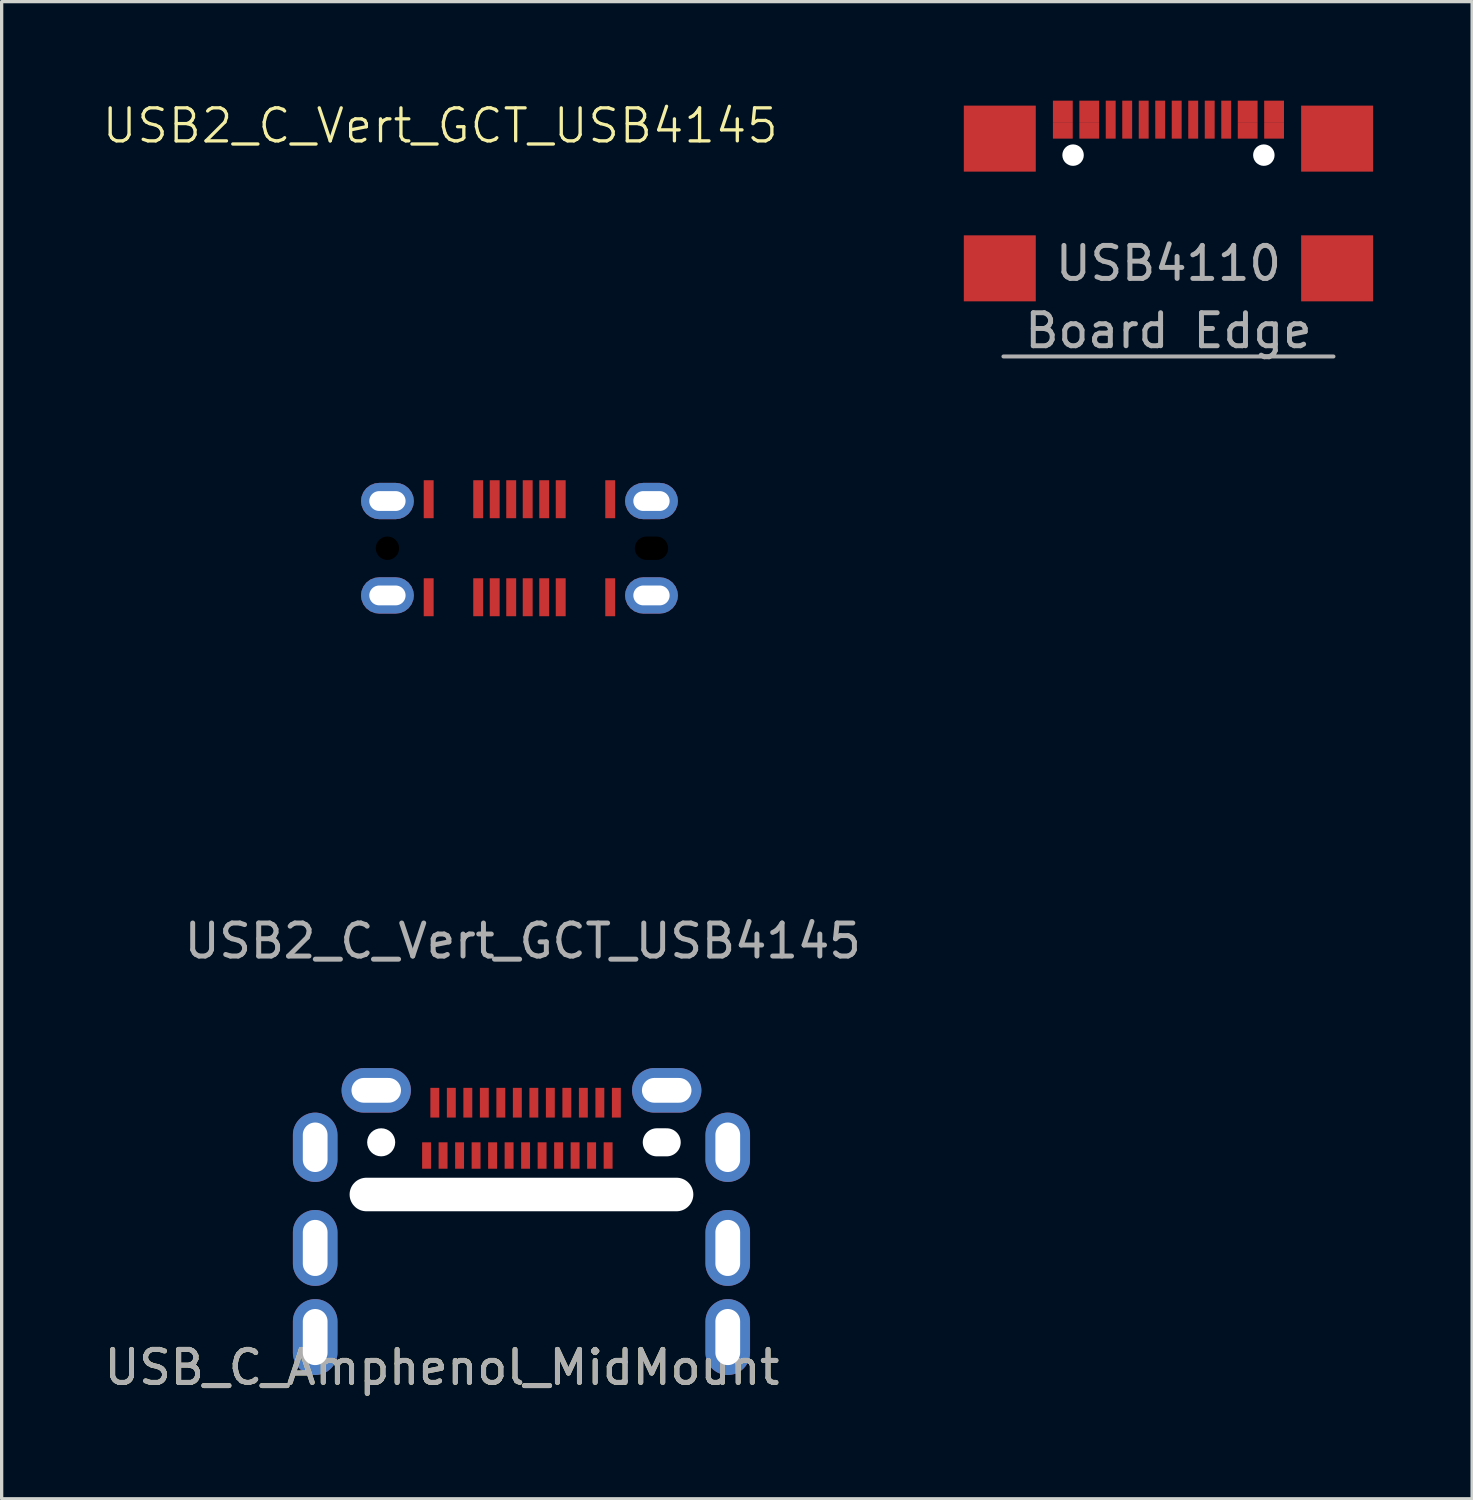
<source format=kicad_pcb>
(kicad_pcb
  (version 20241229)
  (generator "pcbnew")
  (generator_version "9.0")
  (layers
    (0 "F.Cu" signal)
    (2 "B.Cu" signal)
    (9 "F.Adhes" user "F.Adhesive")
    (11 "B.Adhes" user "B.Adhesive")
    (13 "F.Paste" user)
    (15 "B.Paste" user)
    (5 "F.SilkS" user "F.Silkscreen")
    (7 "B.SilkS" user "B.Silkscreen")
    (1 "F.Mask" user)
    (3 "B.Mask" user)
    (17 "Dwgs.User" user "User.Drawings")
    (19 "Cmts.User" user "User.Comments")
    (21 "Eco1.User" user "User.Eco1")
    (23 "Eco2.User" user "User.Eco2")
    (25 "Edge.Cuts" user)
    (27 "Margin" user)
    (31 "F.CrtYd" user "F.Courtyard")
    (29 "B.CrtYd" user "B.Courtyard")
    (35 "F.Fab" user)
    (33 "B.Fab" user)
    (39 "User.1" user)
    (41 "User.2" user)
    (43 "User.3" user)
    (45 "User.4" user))
  (footprint "USB2_C_Vert_GCT_USB4145"
    (layer "F.Cu")
    (at 12.688 13.56)
    (property "Reference" "USB2_C_Vert_GCT_USB4145" (at -2.4 -12.8 0) (unlocked yes) (layer "F.SilkS") (effects (font (size 1 1) (thickness 0.1))))
    (attr smd)
    (fp_rect (start -4.35 -1.845) (end 4.35 1.845) (stroke (width 0.4) (type default)) (fill no) (layer "User.1"))
    (fp_text user "${REFERENCE}" (at 0.1 11.9 0) (unlocked yes) (layer "F.Fab") (effects (font (size 1 1) (thickness 0.15))))
    (pad "" np_thru_hole circle (at -4 0) (size 0.71 0.71) (drill 0.71) (layers "*.Mask"))
    (pad "" np_thru_hole oval (at 4 0) (size 1.01 0.71) (drill oval 1.01 0.71) (layers "*.Mask"))
    (pad "A1" smd rect (at -2.75 -1.485) (size 0.3 1.15) (layers "F.Cu" "F.Mask" "F.Paste"))
    (pad "A4" smd rect (at -1.25 -1.485) (size 0.3 1.15) (layers "F.Cu" "F.Mask" "F.Paste"))
    (pad "A5" smd rect (at -0.75 -1.485) (size 0.3 1.15) (layers "F.Cu" "F.Mask" "F.Paste"))
    (pad "A6" smd rect (at -0.25 -1.485) (size 0.3 1.15) (layers "F.Cu" "F.Mask" "F.Paste"))
    (pad "A7" smd rect (at 0.25 -1.485) (size 0.3 1.15) (layers "F.Cu" "F.Mask" "F.Paste"))
    (pad "A8" smd rect (at 0.75 -1.485) (size 0.3 1.15) (layers "F.Cu" "F.Mask" "F.Paste"))
    (pad "A9" smd rect (at 1.25 -1.485) (size 0.3 1.15) (layers "F.Cu" "F.Mask" "F.Paste"))
    (pad "A12" smd rect (at 2.75 -1.485) (size 0.3 1.15) (layers "F.Cu" "F.Mask" "F.Paste"))
    (pad "B1" smd rect (at 2.75 1.485 180) (size 0.3 1.15) (layers "F.Cu" "F.Mask" "F.Paste"))
    (pad "B4" smd rect (at 1.25 1.485 180) (size 0.3 1.15) (layers "F.Cu" "F.Mask" "F.Paste"))
    (pad "B5" smd rect (at 0.75 1.485 180) (size 0.3 1.15) (layers "F.Cu" "F.Mask" "F.Paste"))
    (pad "B6" smd rect (at 0.25 1.485 180) (size 0.3 1.15) (layers "F.Cu" "F.Mask" "F.Paste"))
    (pad "B7" smd rect (at -0.25 1.485 180) (size 0.3 1.15) (layers "F.Cu" "F.Mask" "F.Paste"))
    (pad "B8" smd rect (at -0.75 1.485 180) (size 0.3 1.15) (layers "F.Cu" "F.Mask" "F.Paste"))
    (pad "B9" smd rect (at -1.25 1.485 180) (size 0.3 1.15) (layers "F.Cu" "F.Mask" "F.Paste"))
    (pad "B12" smd rect (at -2.75 1.485 180) (size 0.3 1.15) (layers "F.Cu" "F.Mask" "F.Paste"))
    (pad "S1" thru_hole roundrect (at -4 -1.43) (size 1.6 1.1) (drill oval 1.1 0.6) (layers "*.Cu" "*.Mask") (roundrect_rratio 0.5))
    (pad "S1" thru_hole roundrect (at -4 1.43) (size 1.6 1.1) (drill oval 1.1 0.6) (layers "*.Cu" "*.Mask") (roundrect_rratio 0.5))
    (pad "S1" thru_hole roundrect (at 4 -1.43) (size 1.6 1.1) (drill oval 1.1 0.6) (layers "*.Cu" "*.Mask") (roundrect_rratio 0.5))
    (pad "S1" thru_hole roundrect (at 4 1.43) (size 1.6 1.1) (drill oval 1.1 0.6) (layers "*.Cu" "*.Mask") (roundrect_rratio 0.5)))
  (footprint "USB_C_Amphenol_MidMount"
    (layer "F.Cu")
    (at 12.749 39.109)
    (property "Reference" "USB_C_Amphenol_MidMount" (at -2.41 -0.73 0) (unlocked yes) (layer "F.SilkS") (effects (font (size 1 1) (thickness 0.15))))
    (attr smd)
    (fp_line (start -4.699 -5.461) (end -4.699 0) (stroke (width 0.12) (type solid)) (layer "User.1"))
    (fp_line (start -4.699 0) (end -6.35 0) (stroke (width 0.12) (type solid)) (layer "User.1"))
    (fp_line (start 0 -6.477) (end -4.699 -6.477) (stroke (width 0.12) (type solid)) (layer "User.1"))
    (fp_line (start 4.699 -6.477) (end 0 -6.477) (stroke (width 0.12) (type solid)) (layer "User.1"))
    (fp_line (start 4.699 0) (end 4.699 -5.461) (stroke (width 0.12) (type solid)) (layer "User.1"))
    (fp_line (start 4.699 0) (end 6.35 0) (stroke (width 0.12) (type solid)) (layer "User.1"))
    (fp_arc (start -4.699 -5.461) (mid -5.207 -5.969) (end -4.699 -6.477) (stroke (width 0.001) (type solid)) (layer "User.1"))
    (fp_arc (start 4.699 -6.477) (mid 5.207 -5.969) (end 4.699 -5.461) (stroke (width 0.001) (type solid)) (layer "User.1"))
    (fp_text user "${REFERENCE}" (at -2.41 -0.73 0) (unlocked yes) (layer "F.Fab") (effects (font (size 1 1) (thickness 0.15))))
    (pad "" np_thru_hole circle (at -4.25 -7.55) (size 0.85 0.85) (drill 0.85) (layers "*.Cu" "*.Mask"))
    (pad "" np_thru_hole oval (at 0 -5.969) (size 10.414 1.016) (drill oval 10.414 1.016) (layers "*.Cu" "*.Mask"))
    (pad "" np_thru_hole oval (at 4.25 -7.55) (size 1.15 0.85) (drill oval 1.15 0.85) (layers "*.Cu" "*.Mask"))
    (pad "A1" smd rect (at -2.625 -8.75) (size 0.27 0.9) (layers "F.Cu" "F.Mask" "F.Paste"))
    (pad "A2" smd rect (at -2.125 -8.75) (size 0.27 0.9) (layers "F.Cu" "F.Mask" "F.Paste"))
    (pad "A3" smd rect (at -1.625 -8.75) (size 0.27 0.9) (layers "F.Cu" "F.Mask" "F.Paste"))
    (pad "A4" smd rect (at -1.125 -8.75) (size 0.27 0.9) (layers "F.Cu" "F.Mask" "F.Paste"))
    (pad "A5" smd rect (at -0.625 -8.75) (size 0.27 0.9) (layers "F.Cu" "F.Mask" "F.Paste"))
    (pad "A6" smd rect (at -0.125 -8.75) (size 0.27 0.9) (layers "F.Cu" "F.Mask" "F.Paste"))
    (pad "A7" smd rect (at 0.375 -8.75) (size 0.27 0.9) (layers "F.Cu" "F.Mask" "F.Paste"))
    (pad "A8" smd rect (at 0.875 -8.75) (size 0.27 0.9) (layers "F.Cu" "F.Mask" "F.Paste"))
    (pad "A9" smd rect (at 1.375 -8.75) (size 0.27 0.9) (layers "F.Cu" "F.Mask" "F.Paste"))
    (pad "A10" smd rect (at 1.875 -8.75) (size 0.27 0.9) (layers "F.Cu" "F.Mask" "F.Paste"))
    (pad "A11" smd rect (at 2.375 -8.75) (size 0.27 0.9) (layers "F.Cu" "F.Mask" "F.Paste"))
    (pad "A12" smd rect (at 2.875 -8.75) (size 0.27 0.9) (layers "F.Cu" "F.Mask" "F.Paste"))
    (pad "B1" smd rect (at 2.625 -7.15) (size 0.27 0.8) (layers "F.Cu" "F.Mask" "F.Paste"))
    (pad "B2" smd rect (at 2.125 -7.15) (size 0.27 0.8) (layers "F.Cu" "F.Mask" "F.Paste"))
    (pad "B3" smd rect (at 1.625 -7.15) (size 0.27 0.8) (layers "F.Cu" "F.Mask" "F.Paste"))
    (pad "B4" smd rect (at 1.125 -7.15) (size 0.27 0.8) (layers "F.Cu" "F.Mask" "F.Paste"))
    (pad "B5" smd rect (at 0.625 -7.15) (size 0.27 0.8) (layers "F.Cu" "F.Mask" "F.Paste"))
    (pad "B6" smd rect (at 0.125 -7.15) (size 0.27 0.8) (layers "F.Cu" "F.Mask" "F.Paste"))
    (pad "B7" smd rect (at -0.375 -7.15) (size 0.27 0.8) (layers "F.Cu" "F.Mask" "F.Paste"))
    (pad "B8" smd rect (at -0.875 -7.15) (size 0.27 0.8) (layers "F.Cu" "F.Mask" "F.Paste"))
    (pad "B9" smd rect (at -1.375 -7.15) (size 0.27 0.8) (layers "F.Cu" "F.Mask" "F.Paste"))
    (pad "B10" smd rect (at -1.875 -7.15) (size 0.27 0.8) (layers "F.Cu" "F.Mask" "F.Paste"))
    (pad "B11" smd rect (at -2.375 -7.15) (size 0.27 0.8) (layers "F.Cu" "F.Mask" "F.Paste"))
    (pad "B12" smd rect (at -2.875 -7.15) (size 0.27 0.8) (layers "F.Cu" "F.Mask" "F.Paste"))
    (pad "S1" thru_hole oval (at -6.25 -7.4) (size 1.35 2.1) (drill oval 0.75 1.5) (layers "*.Cu" "*.Mask" "F.Paste"))
    (pad "S1" thru_hole oval (at -6.25 -4.35) (size 1.35 2.3) (drill oval 0.75 1.7) (layers "*.Cu" "*.Mask" "F.Paste"))
    (pad "S1" thru_hole oval (at -6.25 -1.65) (size 1.35 2.3) (drill oval 0.75 1.7) (layers "*.Cu" "*.Mask" "F.Paste"))
    (pad "S1" thru_hole oval (at -4.4 -9.125) (size 2.1 1.35) (drill oval 1.5 0.75) (layers "*.Cu" "*.Mask" "F.Paste"))
    (pad "S1" thru_hole oval (at 4.4 -9.125) (size 2.1 1.35) (drill oval 1.5 0.75) (layers "*.Cu" "*.Mask" "F.Paste"))
    (pad "S1" thru_hole oval (at 6.25 -7.4) (size 1.35 2.1) (drill oval 0.75 1.5) (layers "*.Cu" "*.Mask" "F.Paste"))
    (pad "S1" thru_hole oval (at 6.25 -4.35) (size 1.35 2.3) (drill oval 0.75 1.7) (layers "*.Cu" "*.Mask" "F.Paste"))
    (pad "S1" thru_hole oval (at 6.25 -1.65) (size 1.35 2.3) (drill oval 0.75 1.7) (layers "*.Cu" "*.Mask" "F.Paste")))
  (footprint "USB4110"
    (layer "F.Cu")
    (at 32.351 7.75)
    (property "Reference" "USB4110" (at 0 -2.82 0) (layer "F.Fab") (effects (font (size 1 1) (thickness 0.15))))
    (attr smd)
    (fp_line (start -4.47 -7.17) (end -4.47 0.18) (stroke (width 0.12) (type solid)) (layer "Eco2.User"))
    (fp_line (start -4.47 0.18) (end 4.47 0.18) (stroke (width 0.12) (type solid)) (layer "Eco2.User"))
    (fp_line (start 4.47 -7.17) (end -4.47 -7.17) (stroke (width 0.12) (type solid)) (layer "Eco2.User"))
    (fp_line (start 4.47 0.18) (end 4.47 -7.17) (stroke (width 0.12) (type solid)) (layer "Eco2.User"))
    (fp_line (start -5 0) (end 5 0) (stroke (width 0.12) (type solid)) (layer "F.Fab"))
    (fp_text user "Board Edge" (at 0 -0.78 0) (layer "F.Fab") (effects (font (size 1 1) (thickness 0.15))))
    (pad "" np_thru_hole circle (at -2.89 -6.1) (size 0.65 0.65) (drill 0.65) (layers "*.Cu" "*.Mask"))
    (pad "" np_thru_hole circle (at 2.89 -6.1) (size 0.65 0.65) (drill 0.65) (layers "*.Cu" "*.Mask"))
    (pad "A1" smd rect (at -3.2 -6.85) (size 0.6 0.5) (layers "F.Cu" "F.Mask" "F.Paste"))
    (pad "A4" smd rect (at -2.4 -6.85) (size 0.6 0.5) (layers "F.Cu" "F.Mask" "F.Paste"))
    (pad "A5" smd rect (at -1.25 -7.175) (size 0.3 1.15) (layers "F.Cu" "F.Mask" "F.Paste"))
    (pad "A6" smd rect (at -0.25 -7.175) (size 0.3 1.15) (layers "F.Cu" "F.Mask" "F.Paste"))
    (pad "A7" smd rect (at 0.25 -7.175) (size 0.3 1.15) (layers "F.Cu" "F.Mask" "F.Paste"))
    (pad "A8" smd rect (at 1.25 -7.175) (size 0.3 1.15) (layers "F.Cu" "F.Mask" "F.Paste"))
    (pad "A9" smd rect (at 2.4 -6.85) (size 0.6 0.5) (layers "F.Cu" "F.Mask" "F.Paste"))
    (pad "A12" smd rect (at 3.2 -6.85) (size 0.6 0.5) (layers "F.Cu" "F.Mask" "F.Paste"))
    (pad "B1" smd rect (at 3.2 -7.425) (size 0.6 0.65) (layers "F.Cu" "F.Mask" "F.Paste"))
    (pad "B4" smd rect (at 2.4 -7.425) (size 0.6 0.65) (layers "F.Cu" "F.Mask" "F.Paste"))
    (pad "B5" smd rect (at 1.75 -7.175) (size 0.3 1.15) (layers "F.Cu" "F.Mask" "F.Paste"))
    (pad "B6" smd rect (at 0.75 -7.175) (size 0.3 1.15) (layers "F.Cu" "F.Mask" "F.Paste"))
    (pad "B7" smd rect (at -0.75 -7.175) (size 0.3 1.15) (layers "F.Cu" "F.Mask" "F.Paste"))
    (pad "B8" smd rect (at -1.75 -7.175) (size 0.3 1.15) (layers "F.Cu" "F.Mask" "F.Paste"))
    (pad "B9" smd rect (at -2.4 -7.425) (size 0.6 0.65) (layers "F.Cu" "F.Mask" "F.Paste"))
    (pad "B12" smd rect (at -3.2 -7.425) (size 0.6 0.65) (layers "F.Cu" "F.Mask" "F.Paste"))
    (pad "S1" smd rect (at -5.11 -6.6) (size 2.18 2) (layers "F.Cu" "F.Mask" "F.Paste"))
    (pad "S1" smd rect (at -5.11 -2.67) (size 2.18 2) (layers "F.Cu" "F.Mask" "F.Paste"))
    (pad "S1" smd rect (at 5.11 -6.6) (size 2.18 2) (layers "F.Cu" "F.Mask" "F.Paste"))
    (pad "S1" smd rect (at 5.11 -2.67) (size 2.18 2) (layers "F.Cu" "F.Mask" "F.Paste")))
  (gr_rect
    (start -3 -3)
    (end 41.551 42.359)
    (stroke (width 0.1) (type default))
    (fill no)
    (layer "Edge.Cuts")))
</source>
